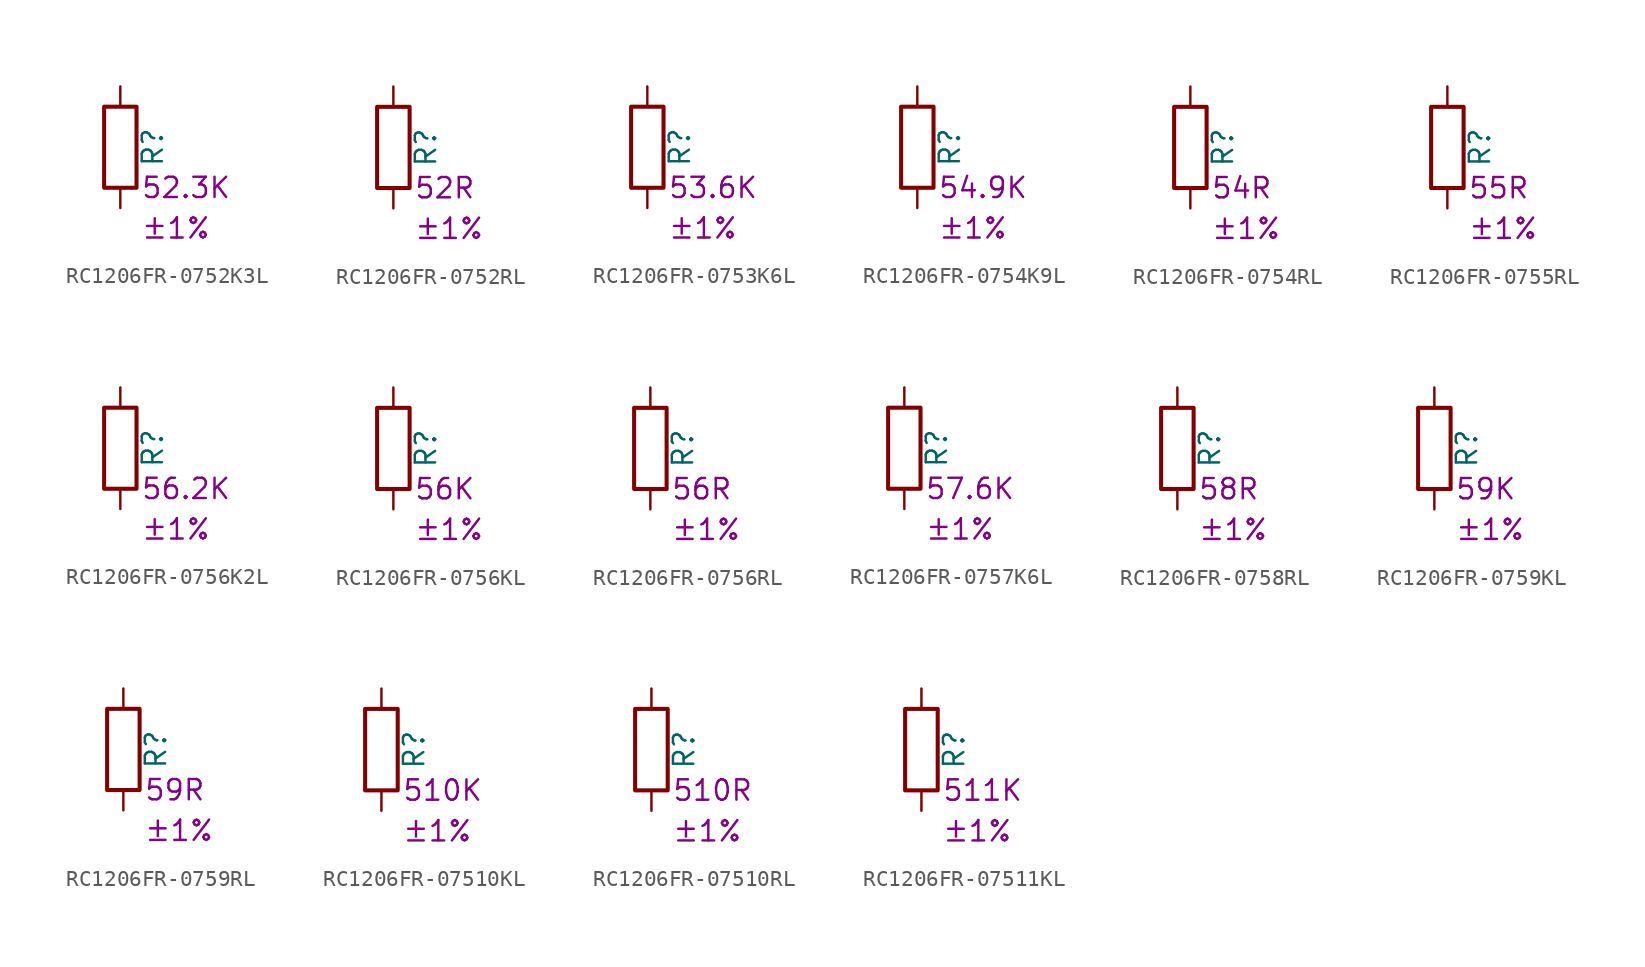
<source format=kicad_sym>
(kicad_symbol_lib
  (version 20220914)
  (generator kicad_symbol_editor)
  (symbol "RC1206FR-0752K3L"
    (pin_numbers hide)
    (pin_names
      (offset 0))
    (property "Reference" "R"
      (at 2.032 0 90)
      (effects (font (size 1.27 1.27))))
    (property "Resistance" "52.3K"
      (at 1.27 -2.54 0)
      (effects (font (size 1.27 1.27)) (justify left)))
    (property "Tolerance" "±1%"
      (at 1.27 -5.08 0)
      (effects (font (size 1.27 1.27)) (justify left)))
    (symbol "RC1206FR-0752K3L_0_1"
      (rectangle (start -1.016 -2.54) (end 1.016 2.54) (stroke (width 0.254) (type default)) (fill (type none))))
    (symbol "RC1206FR-0752K3L_1_1"
      (pin passive line (at 0 3.81 270) (length 1.27) (name "~" (effects (font (size 1.27 1.27)))) (number "1" (effects (font (size 1.27 1.27)))))
      (pin passive line (at 0 -3.81 90) (length 1.27) (name "~" (effects (font (size 1.27 1.27)))) (number "2" (effects (font (size 1.27 1.27)))))))
  (symbol "RC1206FR-0752RL"
    (pin_numbers hide)
    (pin_names
      (offset 0))
    (property "Reference" "R"
      (at 2.032 0 90)
      (effects (font (size 1.27 1.27))))
    (property "Resistance" "52R"
      (at 1.27 -2.54 0)
      (effects (font (size 1.27 1.27)) (justify left)))
    (property "Tolerance" "±1%"
      (at 1.27 -5.08 0)
      (effects (font (size 1.27 1.27)) (justify left)))
    (symbol "RC1206FR-0752RL_0_1"
      (rectangle (start -1.016 -2.54) (end 1.016 2.54) (stroke (width 0.254) (type default)) (fill (type none))))
    (symbol "RC1206FR-0752RL_1_1"
      (pin passive line (at 0 3.81 270) (length 1.27) (name "~" (effects (font (size 1.27 1.27)))) (number "1" (effects (font (size 1.27 1.27)))))
      (pin passive line (at 0 -3.81 90) (length 1.27) (name "~" (effects (font (size 1.27 1.27)))) (number "2" (effects (font (size 1.27 1.27)))))))
  (symbol "RC1206FR-0753K6L"
    (pin_numbers hide)
    (pin_names
      (offset 0))
    (property "Reference" "R"
      (at 2.032 0 90)
      (effects (font (size 1.27 1.27))))
    (property "Resistance" "53.6K"
      (at 1.27 -2.54 0)
      (effects (font (size 1.27 1.27)) (justify left)))
    (property "Tolerance" "±1%"
      (at 1.27 -5.08 0)
      (effects (font (size 1.27 1.27)) (justify left)))
    (symbol "RC1206FR-0753K6L_0_1"
      (rectangle (start -1.016 -2.54) (end 1.016 2.54) (stroke (width 0.254) (type default)) (fill (type none))))
    (symbol "RC1206FR-0753K6L_1_1"
      (pin passive line (at 0 3.81 270) (length 1.27) (name "~" (effects (font (size 1.27 1.27)))) (number "1" (effects (font (size 1.27 1.27)))))
      (pin passive line (at 0 -3.81 90) (length 1.27) (name "~" (effects (font (size 1.27 1.27)))) (number "2" (effects (font (size 1.27 1.27)))))))
  (symbol "RC1206FR-0754K9L"
    (pin_numbers hide)
    (pin_names
      (offset 0))
    (property "Reference" "R"
      (at 2.032 0 90)
      (effects (font (size 1.27 1.27))))
    (property "Resistance" "54.9K"
      (at 1.27 -2.54 0)
      (effects (font (size 1.27 1.27)) (justify left)))
    (property "Tolerance" "±1%"
      (at 1.27 -5.08 0)
      (effects (font (size 1.27 1.27)) (justify left)))
    (symbol "RC1206FR-0754K9L_0_1"
      (rectangle (start -1.016 -2.54) (end 1.016 2.54) (stroke (width 0.254) (type default)) (fill (type none))))
    (symbol "RC1206FR-0754K9L_1_1"
      (pin passive line (at 0 3.81 270) (length 1.27) (name "~" (effects (font (size 1.27 1.27)))) (number "1" (effects (font (size 1.27 1.27)))))
      (pin passive line (at 0 -3.81 90) (length 1.27) (name "~" (effects (font (size 1.27 1.27)))) (number "2" (effects (font (size 1.27 1.27)))))))
  (symbol "RC1206FR-0754RL"
    (pin_numbers hide)
    (pin_names
      (offset 0))
    (property "Reference" "R"
      (at 2.032 0 90)
      (effects (font (size 1.27 1.27))))
    (property "Resistance" "54R"
      (at 1.27 -2.54 0)
      (effects (font (size 1.27 1.27)) (justify left)))
    (property "Tolerance" "±1%"
      (at 1.27 -5.08 0)
      (effects (font (size 1.27 1.27)) (justify left)))
    (symbol "RC1206FR-0754RL_0_1"
      (rectangle (start -1.016 -2.54) (end 1.016 2.54) (stroke (width 0.254) (type default)) (fill (type none))))
    (symbol "RC1206FR-0754RL_1_1"
      (pin passive line (at 0 3.81 270) (length 1.27) (name "~" (effects (font (size 1.27 1.27)))) (number "1" (effects (font (size 1.27 1.27)))))
      (pin passive line (at 0 -3.81 90) (length 1.27) (name "~" (effects (font (size 1.27 1.27)))) (number "2" (effects (font (size 1.27 1.27)))))))
  (symbol "RC1206FR-0755RL"
    (pin_numbers hide)
    (pin_names
      (offset 0))
    (property "Reference" "R"
      (at 2.032 0 90)
      (effects (font (size 1.27 1.27))))
    (property "Resistance" "55R"
      (at 1.27 -2.54 0)
      (effects (font (size 1.27 1.27)) (justify left)))
    (property "Tolerance" "±1%"
      (at 1.27 -5.08 0)
      (effects (font (size 1.27 1.27)) (justify left)))
    (symbol "RC1206FR-0755RL_0_1"
      (rectangle (start -1.016 -2.54) (end 1.016 2.54) (stroke (width 0.254) (type default)) (fill (type none))))
    (symbol "RC1206FR-0755RL_1_1"
      (pin passive line (at 0 3.81 270) (length 1.27) (name "~" (effects (font (size 1.27 1.27)))) (number "1" (effects (font (size 1.27 1.27)))))
      (pin passive line (at 0 -3.81 90) (length 1.27) (name "~" (effects (font (size 1.27 1.27)))) (number "2" (effects (font (size 1.27 1.27)))))))
  (symbol "RC1206FR-0756K2L"
    (pin_numbers hide)
    (pin_names
      (offset 0))
    (property "Reference" "R"
      (at 2.032 0 90)
      (effects (font (size 1.27 1.27))))
    (property "Resistance" "56.2K"
      (at 1.27 -2.54 0)
      (effects (font (size 1.27 1.27)) (justify left)))
    (property "Tolerance" "±1%"
      (at 1.27 -5.08 0)
      (effects (font (size 1.27 1.27)) (justify left)))
    (symbol "RC1206FR-0756K2L_0_1"
      (rectangle (start -1.016 -2.54) (end 1.016 2.54) (stroke (width 0.254) (type default)) (fill (type none))))
    (symbol "RC1206FR-0756K2L_1_1"
      (pin passive line (at 0 3.81 270) (length 1.27) (name "~" (effects (font (size 1.27 1.27)))) (number "1" (effects (font (size 1.27 1.27)))))
      (pin passive line (at 0 -3.81 90) (length 1.27) (name "~" (effects (font (size 1.27 1.27)))) (number "2" (effects (font (size 1.27 1.27)))))))
  (symbol "RC1206FR-0756KL"
    (pin_numbers hide)
    (pin_names
      (offset 0))
    (property "Reference" "R"
      (at 2.032 0 90)
      (effects (font (size 1.27 1.27))))
    (property "Resistance" "56K"
      (at 1.27 -2.54 0)
      (effects (font (size 1.27 1.27)) (justify left)))
    (property "Tolerance" "±1%"
      (at 1.27 -5.08 0)
      (effects (font (size 1.27 1.27)) (justify left)))
    (symbol "RC1206FR-0756KL_0_1"
      (rectangle (start -1.016 -2.54) (end 1.016 2.54) (stroke (width 0.254) (type default)) (fill (type none))))
    (symbol "RC1206FR-0756KL_1_1"
      (pin passive line (at 0 3.81 270) (length 1.27) (name "~" (effects (font (size 1.27 1.27)))) (number "1" (effects (font (size 1.27 1.27)))))
      (pin passive line (at 0 -3.81 90) (length 1.27) (name "~" (effects (font (size 1.27 1.27)))) (number "2" (effects (font (size 1.27 1.27)))))))
  (symbol "RC1206FR-0756RL"
    (pin_numbers hide)
    (pin_names
      (offset 0))
    (property "Reference" "R"
      (at 2.032 0 90)
      (effects (font (size 1.27 1.27))))
    (property "Resistance" "56R"
      (at 1.27 -2.54 0)
      (effects (font (size 1.27 1.27)) (justify left)))
    (property "Tolerance" "±1%"
      (at 1.27 -5.08 0)
      (effects (font (size 1.27 1.27)) (justify left)))
    (symbol "RC1206FR-0756RL_0_1"
      (rectangle (start -1.016 -2.54) (end 1.016 2.54) (stroke (width 0.254) (type default)) (fill (type none))))
    (symbol "RC1206FR-0756RL_1_1"
      (pin passive line (at 0 3.81 270) (length 1.27) (name "~" (effects (font (size 1.27 1.27)))) (number "1" (effects (font (size 1.27 1.27)))))
      (pin passive line (at 0 -3.81 90) (length 1.27) (name "~" (effects (font (size 1.27 1.27)))) (number "2" (effects (font (size 1.27 1.27)))))))
  (symbol "RC1206FR-0757K6L"
    (pin_numbers hide)
    (pin_names
      (offset 0))
    (property "Reference" "R"
      (at 2.032 0 90)
      (effects (font (size 1.27 1.27))))
    (property "Resistance" "57.6K"
      (at 1.27 -2.54 0)
      (effects (font (size 1.27 1.27)) (justify left)))
    (property "Tolerance" "±1%"
      (at 1.27 -5.08 0)
      (effects (font (size 1.27 1.27)) (justify left)))
    (symbol "RC1206FR-0757K6L_0_1"
      (rectangle (start -1.016 -2.54) (end 1.016 2.54) (stroke (width 0.254) (type default)) (fill (type none))))
    (symbol "RC1206FR-0757K6L_1_1"
      (pin passive line (at 0 3.81 270) (length 1.27) (name "~" (effects (font (size 1.27 1.27)))) (number "1" (effects (font (size 1.27 1.27)))))
      (pin passive line (at 0 -3.81 90) (length 1.27) (name "~" (effects (font (size 1.27 1.27)))) (number "2" (effects (font (size 1.27 1.27)))))))
  (symbol "RC1206FR-0758RL"
    (pin_numbers hide)
    (pin_names
      (offset 0))
    (property "Reference" "R"
      (at 2.032 0 90)
      (effects (font (size 1.27 1.27))))
    (property "Resistance" "58R"
      (at 1.27 -2.54 0)
      (effects (font (size 1.27 1.27)) (justify left)))
    (property "Tolerance" "±1%"
      (at 1.27 -5.08 0)
      (effects (font (size 1.27 1.27)) (justify left)))
    (symbol "RC1206FR-0758RL_0_1"
      (rectangle (start -1.016 -2.54) (end 1.016 2.54) (stroke (width 0.254) (type default)) (fill (type none))))
    (symbol "RC1206FR-0758RL_1_1"
      (pin passive line (at 0 3.81 270) (length 1.27) (name "~" (effects (font (size 1.27 1.27)))) (number "1" (effects (font (size 1.27 1.27)))))
      (pin passive line (at 0 -3.81 90) (length 1.27) (name "~" (effects (font (size 1.27 1.27)))) (number "2" (effects (font (size 1.27 1.27)))))))
  (symbol "RC1206FR-0759KL"
    (pin_numbers hide)
    (pin_names
      (offset 0))
    (property "Reference" "R"
      (at 2.032 0 90)
      (effects (font (size 1.27 1.27))))
    (property "Resistance" "59K"
      (at 1.27 -2.54 0)
      (effects (font (size 1.27 1.27)) (justify left)))
    (property "Tolerance" "±1%"
      (at 1.27 -5.08 0)
      (effects (font (size 1.27 1.27)) (justify left)))
    (symbol "RC1206FR-0759KL_0_1"
      (rectangle (start -1.016 -2.54) (end 1.016 2.54) (stroke (width 0.254) (type default)) (fill (type none))))
    (symbol "RC1206FR-0759KL_1_1"
      (pin passive line (at 0 3.81 270) (length 1.27) (name "~" (effects (font (size 1.27 1.27)))) (number "1" (effects (font (size 1.27 1.27)))))
      (pin passive line (at 0 -3.81 90) (length 1.27) (name "~" (effects (font (size 1.27 1.27)))) (number "2" (effects (font (size 1.27 1.27)))))))
  (symbol "RC1206FR-0759RL"
    (pin_numbers hide)
    (pin_names
      (offset 0))
    (property "Reference" "R"
      (at 2.032 0 90)
      (effects (font (size 1.27 1.27))))
    (property "Resistance" "59R"
      (at 1.27 -2.54 0)
      (effects (font (size 1.27 1.27)) (justify left)))
    (property "Tolerance" "±1%"
      (at 1.27 -5.08 0)
      (effects (font (size 1.27 1.27)) (justify left)))
    (symbol "RC1206FR-0759RL_0_1"
      (rectangle (start -1.016 -2.54) (end 1.016 2.54) (stroke (width 0.254) (type default)) (fill (type none))))
    (symbol "RC1206FR-0759RL_1_1"
      (pin passive line (at 0 3.81 270) (length 1.27) (name "~" (effects (font (size 1.27 1.27)))) (number "1" (effects (font (size 1.27 1.27)))))
      (pin passive line (at 0 -3.81 90) (length 1.27) (name "~" (effects (font (size 1.27 1.27)))) (number "2" (effects (font (size 1.27 1.27)))))))
  (symbol "RC1206FR-07510KL"
    (pin_numbers hide)
    (pin_names
      (offset 0))
    (property "Reference" "R"
      (at 2.032 0 90)
      (effects (font (size 1.27 1.27))))
    (property "Resistance" "510K"
      (at 1.27 -2.54 0)
      (effects (font (size 1.27 1.27)) (justify left)))
    (property "Tolerance" "±1%"
      (at 1.27 -5.08 0)
      (effects (font (size 1.27 1.27)) (justify left)))
    (symbol "RC1206FR-07510KL_0_1"
      (rectangle (start -1.016 -2.54) (end 1.016 2.54) (stroke (width 0.254) (type default)) (fill (type none))))
    (symbol "RC1206FR-07510KL_1_1"
      (pin passive line (at 0 3.81 270) (length 1.27) (name "~" (effects (font (size 1.27 1.27)))) (number "1" (effects (font (size 1.27 1.27)))))
      (pin passive line (at 0 -3.81 90) (length 1.27) (name "~" (effects (font (size 1.27 1.27)))) (number "2" (effects (font (size 1.27 1.27)))))))
  (symbol "RC1206FR-07510RL"
    (pin_numbers hide)
    (pin_names
      (offset 0))
    (property "Reference" "R"
      (at 2.032 0 90)
      (effects (font (size 1.27 1.27))))
    (property "Resistance" "510R"
      (at 1.27 -2.54 0)
      (effects (font (size 1.27 1.27)) (justify left)))
    (property "Tolerance" "±1%"
      (at 1.27 -5.08 0)
      (effects (font (size 1.27 1.27)) (justify left)))
    (symbol "RC1206FR-07510RL_0_1"
      (rectangle (start -1.016 -2.54) (end 1.016 2.54) (stroke (width 0.254) (type default)) (fill (type none))))
    (symbol "RC1206FR-07510RL_1_1"
      (pin passive line (at 0 3.81 270) (length 1.27) (name "~" (effects (font (size 1.27 1.27)))) (number "1" (effects (font (size 1.27 1.27)))))
      (pin passive line (at 0 -3.81 90) (length 1.27) (name "~" (effects (font (size 1.27 1.27)))) (number "2" (effects (font (size 1.27 1.27)))))))
  (symbol "RC1206FR-07511KL"
    (pin_numbers hide)
    (pin_names
      (offset 0))
    (property "Reference" "R"
      (at 2.032 0 90)
      (effects (font (size 1.27 1.27))))
    (property "Resistance" "511K"
      (at 1.27 -2.54 0)
      (effects (font (size 1.27 1.27)) (justify left)))
    (property "Tolerance" "±1%"
      (at 1.27 -5.08 0)
      (effects (font (size 1.27 1.27)) (justify left)))
    (symbol "RC1206FR-07511KL_0_1"
      (rectangle (start -1.016 -2.54) (end 1.016 2.54) (stroke (width 0.254) (type default)) (fill (type none))))
    (symbol "RC1206FR-07511KL_1_1"
      (pin passive line (at 0 3.81 270) (length 1.27) (name "~" (effects (font (size 1.27 1.27)))) (number "1" (effects (font (size 1.27 1.27)))))
      (pin passive line (at 0 -3.81 90) (length 1.27) (name "~" (effects (font (size 1.27 1.27)))) (number "2" (effects (font (size 1.27 1.27))))))))
</source>
